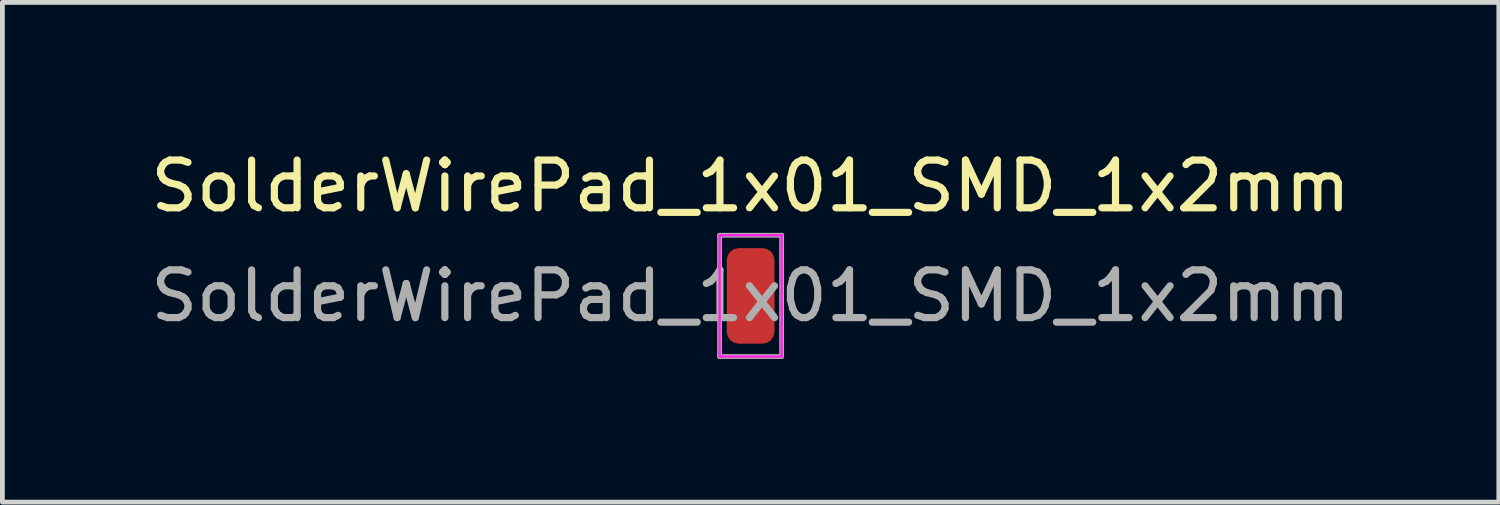
<source format=kicad_pcb>
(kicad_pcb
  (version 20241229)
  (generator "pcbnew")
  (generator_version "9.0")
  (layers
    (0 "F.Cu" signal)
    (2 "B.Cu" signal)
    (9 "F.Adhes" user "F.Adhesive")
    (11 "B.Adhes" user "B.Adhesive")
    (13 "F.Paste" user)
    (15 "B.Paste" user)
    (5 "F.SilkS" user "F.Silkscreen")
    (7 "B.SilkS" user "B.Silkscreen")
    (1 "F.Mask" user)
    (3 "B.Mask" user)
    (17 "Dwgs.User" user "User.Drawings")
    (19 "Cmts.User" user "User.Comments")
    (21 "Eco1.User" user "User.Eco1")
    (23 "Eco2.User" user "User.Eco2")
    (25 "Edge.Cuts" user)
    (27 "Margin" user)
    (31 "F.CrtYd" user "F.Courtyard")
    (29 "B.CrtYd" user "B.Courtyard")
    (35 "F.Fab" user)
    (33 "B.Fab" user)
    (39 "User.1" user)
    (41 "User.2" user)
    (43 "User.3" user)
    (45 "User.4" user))
  (footprint "SolderWirePad_1x01_SMD_1x2mm"
    (layer "F.Cu")
    (at 12.673 3.148)
    (property "Reference" "SolderWirePad_1x01_SMD_1x2mm" (at 0 -2.3 0) (layer "F.SilkS") (effects (font (size 1 1) (thickness 0.15))))
    (attr exclude_from_pos_files exclude_from_bom)
    (fp_line (start -0.65 -1.27) (end -0.65 1.27) (stroke (width 0.05) (type solid)) (layer "F.CrtYd"))
    (fp_line (start -0.65 1.27) (end 0.65 1.27) (stroke (width 0.05) (type solid)) (layer "F.CrtYd"))
    (fp_line (start 0.65 -1.27) (end -0.65 -1.27) (stroke (width 0.05) (type solid)) (layer "F.CrtYd"))
    (fp_line (start 0.65 1.27) (end 0.65 -1.27) (stroke (width 0.05) (type solid)) (layer "F.CrtYd"))
    (fp_line (start -0.65 -1.27) (end 0.65 -1.27) (stroke (width 0.1) (type solid)) (layer "F.Fab"))
    (fp_line (start -0.65 1.27) (end -0.65 -1.27) (stroke (width 0.1) (type solid)) (layer "F.Fab"))
    (fp_line (start 0.65 -1.27) (end 0.65 1.27) (stroke (width 0.1) (type solid)) (layer "F.Fab"))
    (fp_line (start 0.65 1.27) (end -0.65 1.27) (stroke (width 0.1) (type solid)) (layer "F.Fab"))
    (fp_text user "${REFERENCE}" (at 0 0 0) (layer "F.Fab") (effects (font (size 1 1) (thickness 0.15))))
    (pad "1" smd roundrect (at 0 0) (size 1 2) (layers "F.Cu" "F.Mask" "F.Paste") (roundrect_rratio 0.25)))
  (gr_rect
    (start -3 -3)
    (end 28.345 7.468)
    (stroke (width 0.1) (type default))
    (fill no)
    (layer "Edge.Cuts")))
</source>
